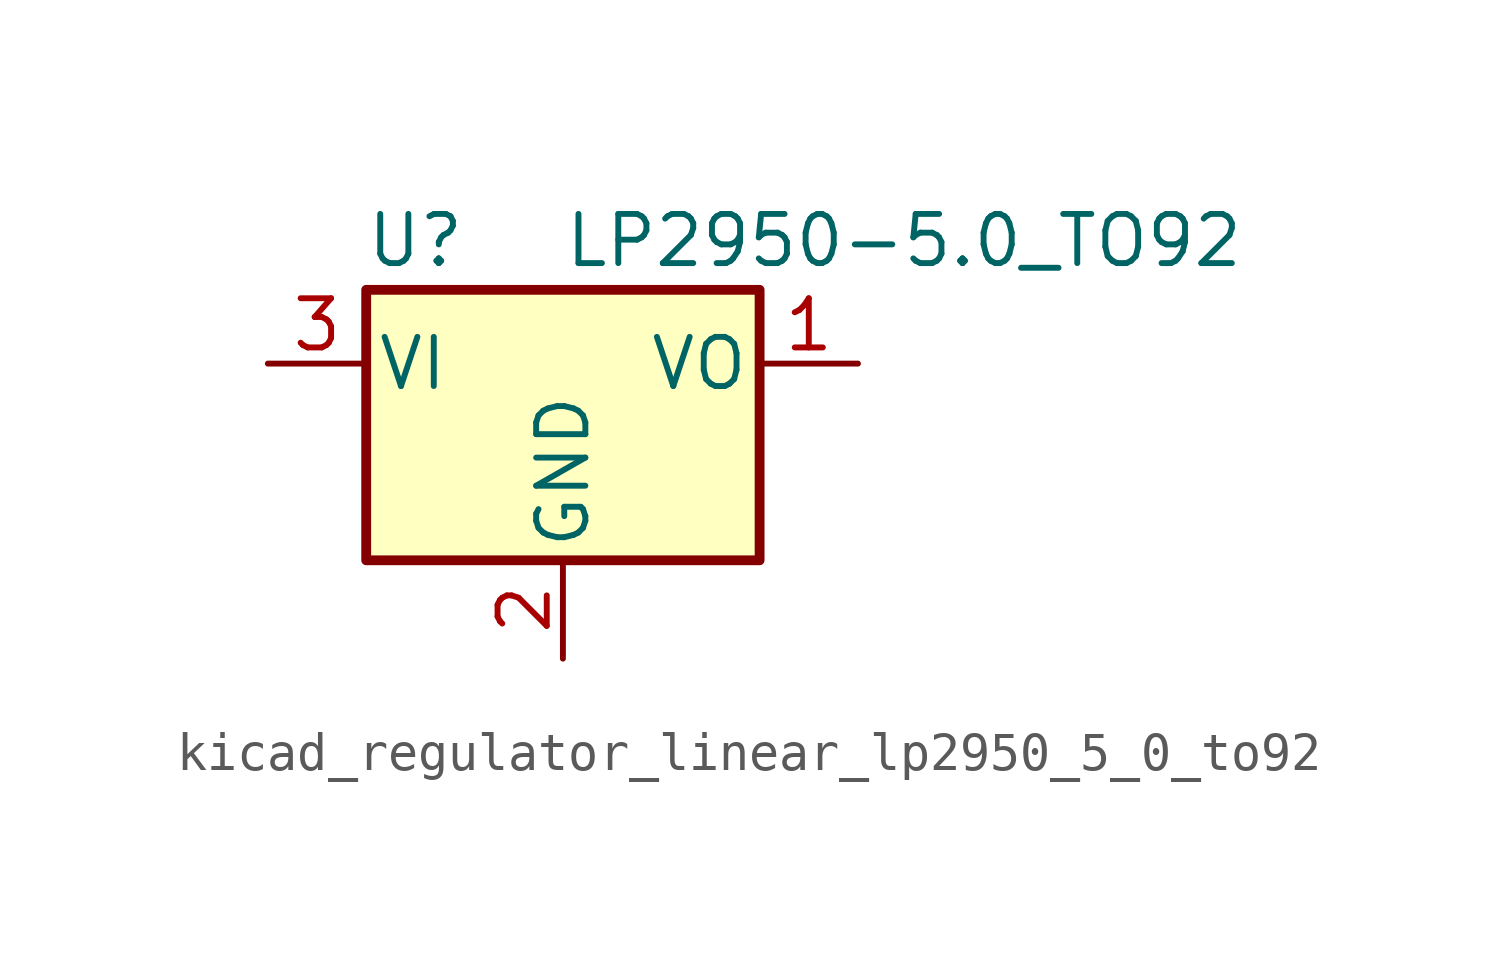
<source format=kicad_sym>
(kicad_symbol_lib
  (version 20220914)
  (generator kicad_symbol_editor)
  (symbol "kicad_regulator_linear_lp2950_5_0_to92"
    (pin_names
      (offset 0.254))
    (property "Reference" "U"
      (at -3.81 3.175 0)
      (effects (font (size 1.27 1.27))))
    (property "Value" "LP2950-5.0_TO92"
      (at 0 3.175 0)
      (effects (font (size 1.27 1.27)) (justify left)))
    (symbol "kicad_regulator_linear_lp2950_5_0_to92_0_1"
      (rectangle (start -5.08 -5.08) (end 5.08 1.905) (stroke (width 0.254) (type default)) (fill (type background))))
    (symbol "kicad_regulator_linear_lp2950_5_0_to92_1_1"
      (pin power_out line (at 7.62 0 180) (length 2.54) (name "VO" (effects (font (size 1.27 1.27)))) (number "1" (effects (font (size 1.27 1.27)))))
      (pin power_in line (at 0 -7.62 90) (length 2.54) (name "GND" (effects (font (size 1.27 1.27)))) (number "2" (effects (font (size 1.27 1.27)))))
      (pin power_in line (at -7.62 0 0) (length 2.54) (name "VI" (effects (font (size 1.27 1.27)))) (number "3" (effects (font (size 1.27 1.27))))))))
</source>
